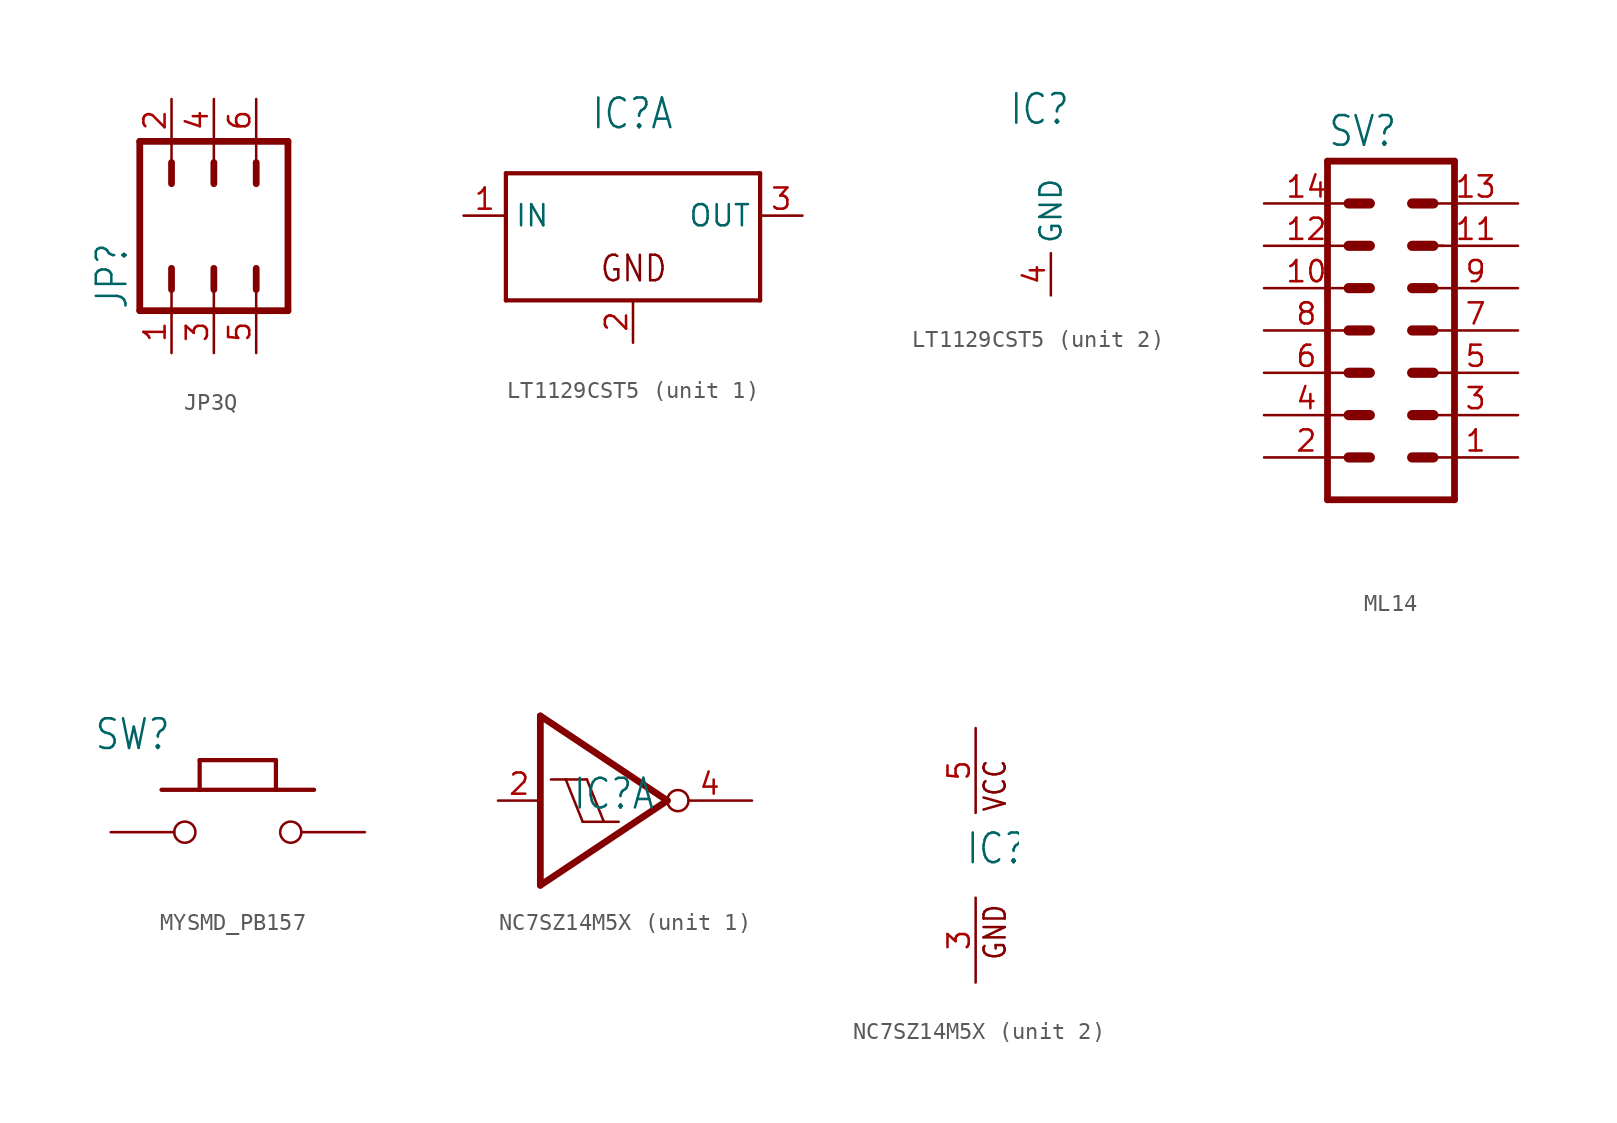
<source format=kicad_sym>
(kicad_symbol_lib
  (version 20231120)
  (generator "kicad_symbol_editor")
  (generator_version "8.0")
  (symbol "JP3Q"
    (property "Reference" "JP"
      (at -5.08 -5.08 90)
      (effects (font (size 1.778 1.511)) (justify left bottom)))
    (property "Value" ""
      (at 6.985 -5.08 90)
      (effects (font (size 1.778 1.511)) (justify left bottom)))
    (property "ki_locked" ""
      (at 0 0 0)
      (effects (font (size 1.27 1.27))))
    (symbol "JP3Q_1_0"
      (polyline (pts (xy -4.445 -5.08) (xy -4.445 5.08)) (stroke (width 0.406) (type solid)) (fill (type none)))
      (polyline (pts (xy -4.445 5.08) (xy 4.445 5.08)) (stroke (width 0.406) (type solid)) (fill (type none)))
      (polyline (pts (xy -2.54 -3.81) (xy -2.54 -5.08)) (stroke (width 0.152) (type solid)) (fill (type none)))
      (polyline (pts (xy -2.54 -2.54) (xy -2.54 -3.81)) (stroke (width 0.406) (type solid)) (fill (type none)))
      (polyline (pts (xy -2.54 2.54) (xy -2.54 3.81)) (stroke (width 0.406) (type solid)) (fill (type none)))
      (polyline (pts (xy -2.54 3.81) (xy -2.54 5.08)) (stroke (width 0.152) (type solid)) (fill (type none)))
      (polyline (pts (xy 0 -3.81) (xy 0 -5.08)) (stroke (width 0.152) (type solid)) (fill (type none)))
      (polyline (pts (xy 0 -2.54) (xy 0 -3.81)) (stroke (width 0.406) (type solid)) (fill (type none)))
      (polyline (pts (xy 0 2.54) (xy 0 3.81)) (stroke (width 0.406) (type solid)) (fill (type none)))
      (polyline (pts (xy 0 3.81) (xy 0 5.08)) (stroke (width 0.152) (type solid)) (fill (type none)))
      (polyline (pts (xy 2.54 -3.81) (xy 2.54 -5.08)) (stroke (width 0.152) (type solid)) (fill (type none)))
      (polyline (pts (xy 2.54 -2.54) (xy 2.54 -3.81)) (stroke (width 0.406) (type solid)) (fill (type none)))
      (polyline (pts (xy 2.54 2.54) (xy 2.54 3.81)) (stroke (width 0.406) (type solid)) (fill (type none)))
      (polyline (pts (xy 2.54 3.81) (xy 2.54 5.08)) (stroke (width 0.152) (type solid)) (fill (type none)))
      (polyline (pts (xy 4.445 -5.08) (xy -4.445 -5.08)) (stroke (width 0.406) (type solid)) (fill (type none)))
      (polyline (pts (xy 4.445 5.08) (xy 4.445 -5.08)) (stroke (width 0.406) (type solid)) (fill (type none)))
      (pin passive line (at -2.54 -7.62 90) (length 2.54) (name "1" (effects (font (size 0 0)))) (number "1" (effects (font (size 1.27 1.27)))))
      (pin passive line (at -2.54 7.62 270) (length 2.54) (name "2" (effects (font (size 0 0)))) (number "2" (effects (font (size 1.27 1.27)))))
      (pin passive line (at 0 -7.62 90) (length 2.54) (name "3" (effects (font (size 0 0)))) (number "3" (effects (font (size 1.27 1.27)))))
      (pin passive line (at 0 7.62 270) (length 2.54) (name "4" (effects (font (size 0 0)))) (number "4" (effects (font (size 1.27 1.27)))))
      (pin passive line (at 2.54 -7.62 90) (length 2.54) (name "5" (effects (font (size 0 0)))) (number "5" (effects (font (size 1.27 1.27)))))
      (pin passive line (at 2.54 7.62 270) (length 2.54) (name "6" (effects (font (size 0 0)))) (number "6" (effects (font (size 1.27 1.27)))))))
  (symbol "LT1129CST5"
    (property "Reference" "IC"
      (at -2.54 7.62 0)
      (effects (font (size 1.778 1.511)) (justify left bottom)))
    (property "ki_locked" ""
      (at 0 0 0)
      (effects (font (size 1.27 1.27))))
    (symbol "LT1129CST5_1_0"
      (polyline (pts (xy -7.62 -2.54) (xy -7.62 5.08)) (stroke (width 0.254) (type solid)) (fill (type none)))
      (polyline (pts (xy -7.62 5.08) (xy 7.62 5.08)) (stroke (width 0.254) (type solid)) (fill (type none)))
      (polyline (pts (xy 7.62 -2.54) (xy -7.62 -2.54)) (stroke (width 0.254) (type solid)) (fill (type none)))
      (polyline (pts (xy 7.62 5.08) (xy 7.62 -2.54)) (stroke (width 0.254) (type solid)) (fill (type none)))
      (text "GND" (at -2.032 -1.524 0) (effects (font (size 1.524 1.295)) (justify left bottom)))
      (pin input line (at -10.16 2.54 0) (length 2.54) (name "IN" (effects (font (size 1.27 1.27)))) (number "1" (effects (font (size 1.27 1.27)))))
      (pin power_in line (at 0 -5.08 90) (length 2.54) (name "GND" (effects (font (size 0 0)))) (number "2" (effects (font (size 1.27 1.27)))))
      (pin output line (at 10.16 2.54 180) (length 2.54) (name "OUT" (effects (font (size 1.27 1.27)))) (number "3" (effects (font (size 1.27 1.27))))))
    (symbol "LT1129CST5_2_0"
      (pin power_in line (at 0 -2.54 90) (length 2.54) (name "GND" (effects (font (size 1.27 1.27)))) (number "4" (effects (font (size 1.27 1.27)))))))
  (symbol "ML14"
    (property "Reference" "SV"
      (at -3.81 10.922 0)
      (effects (font (size 1.778 1.511)) (justify left bottom)))
    (property "Value" ""
      (at -3.81 -12.7 0)
      (effects (font (size 1.778 1.511)) (justify left bottom)))
    (property "ki_locked" ""
      (at 0 0 0)
      (effects (font (size 1.27 1.27))))
    (symbol "ML14_1_0"
      (polyline (pts (xy -3.81 10.16) (xy -3.81 -10.16)) (stroke (width 0.406) (type solid)) (fill (type none)))
      (polyline (pts (xy -3.81 10.16) (xy 3.81 10.16)) (stroke (width 0.406) (type solid)) (fill (type none)))
      (polyline (pts (xy -2.54 -7.62) (xy -1.27 -7.62)) (stroke (width 0.61) (type solid)) (fill (type none)))
      (polyline (pts (xy -2.54 -5.08) (xy -1.27 -5.08)) (stroke (width 0.61) (type solid)) (fill (type none)))
      (polyline (pts (xy -2.54 -2.54) (xy -1.27 -2.54)) (stroke (width 0.61) (type solid)) (fill (type none)))
      (polyline (pts (xy -2.54 0) (xy -1.27 0)) (stroke (width 0.61) (type solid)) (fill (type none)))
      (polyline (pts (xy -2.54 2.54) (xy -1.27 2.54)) (stroke (width 0.61) (type solid)) (fill (type none)))
      (polyline (pts (xy -2.54 5.08) (xy -1.27 5.08)) (stroke (width 0.61) (type solid)) (fill (type none)))
      (polyline (pts (xy -2.54 7.62) (xy -1.27 7.62)) (stroke (width 0.61) (type solid)) (fill (type none)))
      (polyline (pts (xy 1.27 -7.62) (xy 2.54 -7.62)) (stroke (width 0.61) (type solid)) (fill (type none)))
      (polyline (pts (xy 1.27 -5.08) (xy 2.54 -5.08)) (stroke (width 0.61) (type solid)) (fill (type none)))
      (polyline (pts (xy 1.27 -2.54) (xy 2.54 -2.54)) (stroke (width 0.61) (type solid)) (fill (type none)))
      (polyline (pts (xy 1.27 0) (xy 2.54 0)) (stroke (width 0.61) (type solid)) (fill (type none)))
      (polyline (pts (xy 1.27 2.54) (xy 2.54 2.54)) (stroke (width 0.61) (type solid)) (fill (type none)))
      (polyline (pts (xy 1.27 5.08) (xy 2.54 5.08)) (stroke (width 0.61) (type solid)) (fill (type none)))
      (polyline (pts (xy 1.27 7.62) (xy 2.54 7.62)) (stroke (width 0.61) (type solid)) (fill (type none)))
      (polyline (pts (xy 2.54 5.08) (xy 3.175 5.08)) (stroke (width 0.152) (type solid)) (fill (type none)))
      (polyline (pts (xy 3.81 -10.16) (xy -3.81 -10.16)) (stroke (width 0.406) (type solid)) (fill (type none)))
      (polyline (pts (xy 3.81 -10.16) (xy 3.81 10.16)) (stroke (width 0.406) (type solid)) (fill (type none)))
      (pin passive line (at 7.62 -7.62 180) (length 5.08) (name "1" (effects (font (size 0 0)))) (number "1" (effects (font (size 1.27 1.27)))))
      (pin passive line (at -7.62 2.54 0) (length 5.08) (name "10" (effects (font (size 0 0)))) (number "10" (effects (font (size 1.27 1.27)))))
      (pin passive line (at 7.62 5.08 180) (length 5.08) (name "11" (effects (font (size 0 0)))) (number "11" (effects (font (size 1.27 1.27)))))
      (pin passive line (at -7.62 5.08 0) (length 5.08) (name "12" (effects (font (size 0 0)))) (number "12" (effects (font (size 1.27 1.27)))))
      (pin passive line (at 7.62 7.62 180) (length 5.08) (name "13" (effects (font (size 0 0)))) (number "13" (effects (font (size 1.27 1.27)))))
      (pin passive line (at -7.62 7.62 0) (length 5.08) (name "14" (effects (font (size 0 0)))) (number "14" (effects (font (size 1.27 1.27)))))
      (pin passive line (at -7.62 -7.62 0) (length 5.08) (name "2" (effects (font (size 0 0)))) (number "2" (effects (font (size 1.27 1.27)))))
      (pin passive line (at 7.62 -5.08 180) (length 5.08) (name "3" (effects (font (size 0 0)))) (number "3" (effects (font (size 1.27 1.27)))))
      (pin passive line (at -7.62 -5.08 0) (length 5.08) (name "4" (effects (font (size 0 0)))) (number "4" (effects (font (size 1.27 1.27)))))
      (pin passive line (at 7.62 -2.54 180) (length 5.08) (name "5" (effects (font (size 0 0)))) (number "5" (effects (font (size 1.27 1.27)))))
      (pin passive line (at -7.62 -2.54 0) (length 5.08) (name "6" (effects (font (size 0 0)))) (number "6" (effects (font (size 1.27 1.27)))))
      (pin passive line (at 7.62 0 180) (length 5.08) (name "7" (effects (font (size 0 0)))) (number "7" (effects (font (size 1.27 1.27)))))
      (pin passive line (at -7.62 0 0) (length 5.08) (name "8" (effects (font (size 0 0)))) (number "8" (effects (font (size 1.27 1.27)))))
      (pin passive line (at 7.62 2.54 180) (length 5.08) (name "9" (effects (font (size 0 0)))) (number "9" (effects (font (size 1.27 1.27)))))))
  (symbol "MYSMD_PB157"
    (property "Reference" "SW"
      (at -8.636 4.826 0)
      (effects (font (size 1.778 1.511)) (justify left bottom)))
    (property "Value" ""
      (at -4.318 -3.302 0)
      (effects (font (size 1.778 1.511)) (justify left bottom)))
    (property "ki_locked" ""
      (at 0 0 0)
      (effects (font (size 1.27 1.27))))
    (symbol "MYSMD_PB157_1_0"
      (polyline (pts (xy -4.572 2.54) (xy -2.286 2.54)) (stroke (width 0.254) (type solid)) (fill (type none)))
      (polyline (pts (xy -2.286 2.54) (xy -2.286 4.318)) (stroke (width 0.254) (type solid)) (fill (type none)))
      (polyline (pts (xy -2.286 2.54) (xy 2.286 2.54)) (stroke (width 0.254) (type solid)) (fill (type none)))
      (polyline (pts (xy -2.286 4.318) (xy 2.286 4.318)) (stroke (width 0.254) (type solid)) (fill (type none)))
      (polyline (pts (xy 2.286 2.54) (xy 4.572 2.54)) (stroke (width 0.254) (type solid)) (fill (type none)))
      (polyline (pts (xy 2.286 4.318) (xy 2.286 2.54)) (stroke (width 0.254) (type solid)) (fill (type none)))
      (pin passive inverted (at -7.62 0 0) (length 5.08) (name "1" (effects (font (size 0 0)))) (number "1" (effects (font (size 0 0)))))
      (pin passive inverted (at 7.62 0 180) (length 5.08) (name "2" (effects (font (size 0 0)))) (number "2" (effects (font (size 0 0)))))))
  (symbol "NC7SZ14M5X"
    (property "Reference" "IC"
      (at -0.635 -0.635 0)
      (effects (font (size 1.778 1.511)) (justify left bottom)))
    (property "ki_locked" ""
      (at 0 0 0)
      (effects (font (size 1.27 1.27))))
    (symbol "NC7SZ14M5X_1_0"
      (polyline (pts (xy -2.54 -5.08) (xy -2.54 5.08)) (stroke (width 0.406) (type solid)) (fill (type none)))
      (polyline (pts (xy -2.54 5.08) (xy 5.08 0)) (stroke (width 0.406) (type solid)) (fill (type none)))
      (polyline (pts (xy -1.905 1.27) (xy -1.016 1.27)) (stroke (width 0.152) (type solid)) (fill (type none)))
      (polyline (pts (xy -1.016 1.27) (xy 0.254 1.27)) (stroke (width 0.152) (type solid)) (fill (type none)))
      (polyline (pts (xy 0 -1.27) (xy -1.016 1.27)) (stroke (width 0.152) (type solid)) (fill (type none)))
      (polyline (pts (xy 0 -1.27) (xy 1.27 -1.27)) (stroke (width 0.152) (type solid)) (fill (type none)))
      (polyline (pts (xy 1.27 -1.27) (xy 0.254 1.27)) (stroke (width 0.152) (type solid)) (fill (type none)))
      (polyline (pts (xy 1.27 -1.27) (xy 2.159 -1.27)) (stroke (width 0.152) (type solid)) (fill (type none)))
      (polyline (pts (xy 5.08 0) (xy -2.54 -5.08)) (stroke (width 0.406) (type solid)) (fill (type none)))
      (pin input line (at -5.08 0 0) (length 2.54) (name "I" (effects (font (size 0 0)))) (number "2" (effects (font (size 1.27 1.27)))))
      (pin output inverted (at 10.16 0 180) (length 5.08) (name "O" (effects (font (size 0 0)))) (number "4" (effects (font (size 1.27 1.27))))))
    (symbol "NC7SZ14M5X_2_0"
      (text "GND" (at 1.905 -6.35 900) (effects (font (size 1.27 1.079)) (justify left bottom)))
      (text "VCC" (at 1.905 2.54 900) (effects (font (size 1.27 1.079)) (justify left bottom)))
      (pin power_in line (at 0 -7.62 90) (length 5.08) (name "GND" (effects (font (size 0 0)))) (number "3" (effects (font (size 1.27 1.27)))))
      (pin power_in line (at 0 7.62 270) (length 5.08) (name "VCC" (effects (font (size 0 0)))) (number "5" (effects (font (size 1.27 1.27))))))))
</source>
